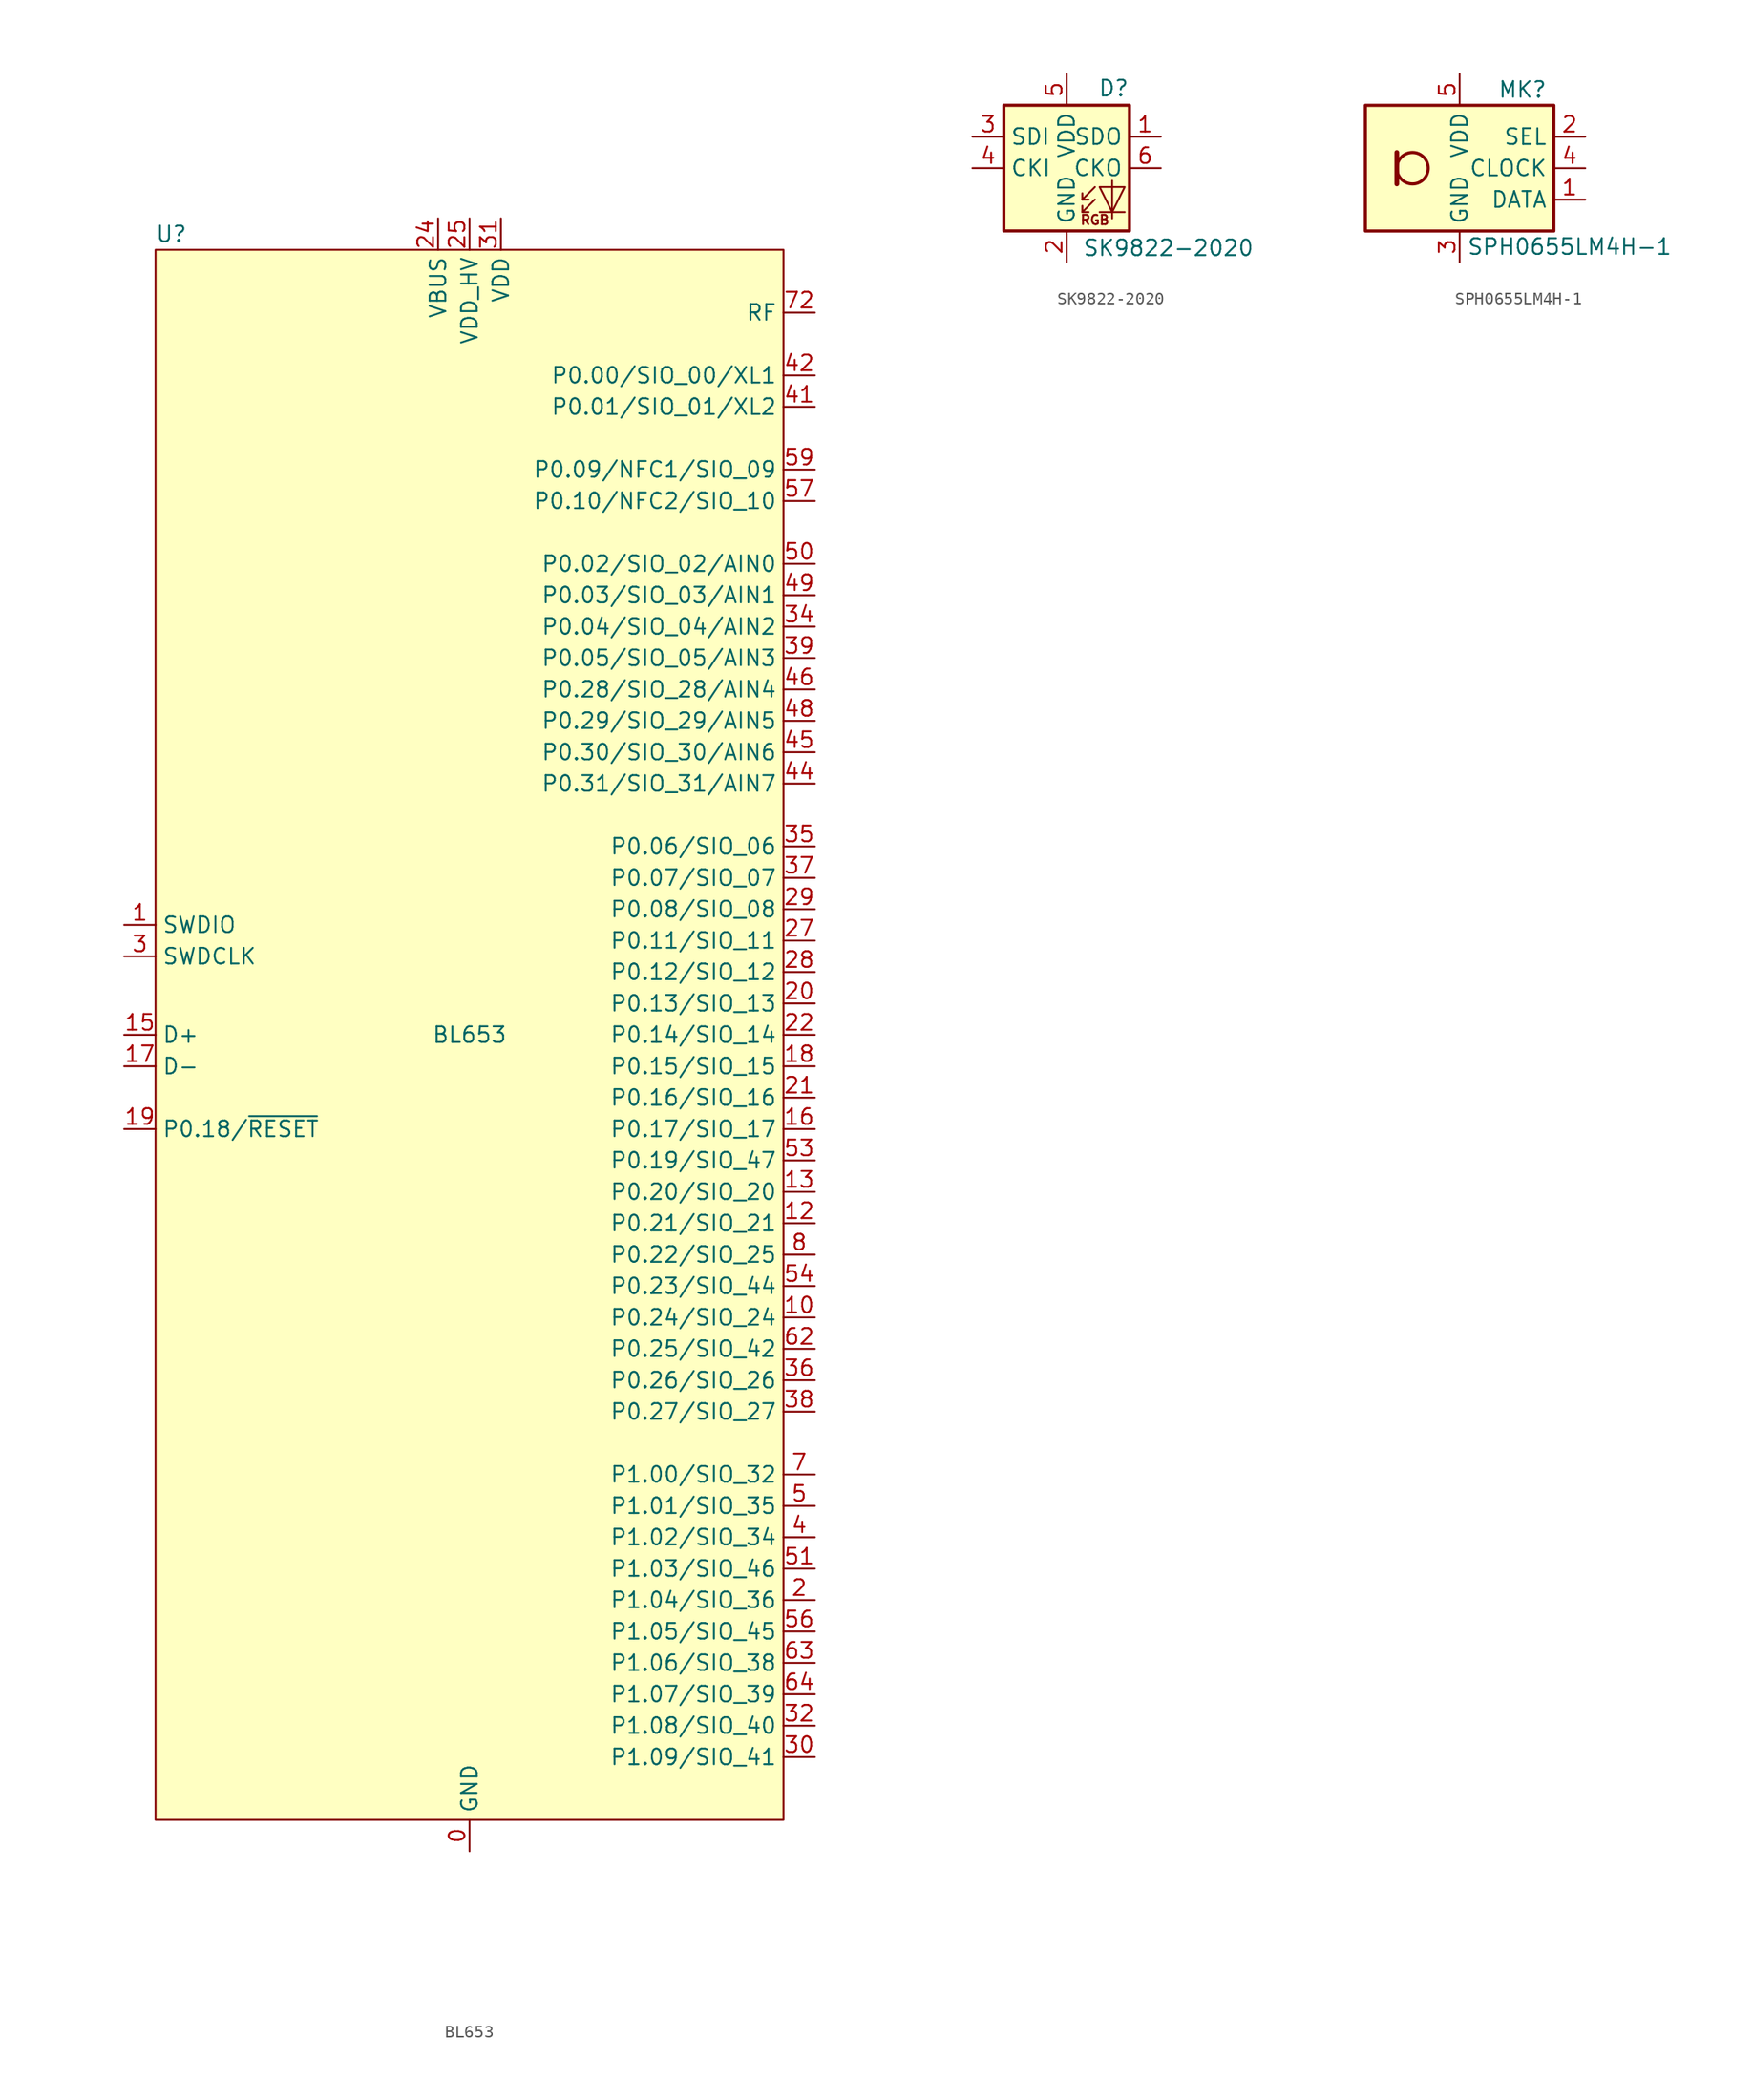
<source format=kicad_sym>
(kicad_symbol_lib
  (version 20211014)
  (generator kicad_symbol_editor)
  (symbol "BL653"
    (property "Reference" "U"
      (at -24.13 64.77 0)
      (effects (font (size 1.27 1.27))))
    (property "Value" "BL653"
      (at 0 0 0)
      (effects (font (size 1.27 1.27))))
    (symbol "BL653_0_1"
      (rectangle (start -25.4 63.5) (end 25.4 -63.5) (stroke (width 0) (type default) (color 0 0 0 0)) (fill (type background))))
    (symbol "BL653_1_1"
      (pin power_in line (at 0 -66.04 90) (length 2.54) (name "GND" (effects (font (size 1.27 1.27)))) (number "0" (effects (font (size 1.27 1.27)))))
      (pin bidirectional line (at -27.94 8.89 0) (length 2.54) (name "SWDIO" (effects (font (size 1.27 1.27)))) (number "1" (effects (font (size 1.27 1.27)))))
      (pin bidirectional line (at 27.94 -22.86 180) (length 2.54) (name "P0.24/SIO_24" (effects (font (size 1.27 1.27)))) (number "10" (effects (font (size 1.27 1.27)))))
      (pin bidirectional line (at 27.94 -15.24 180) (length 2.54) (name "P0.21/SIO_21" (effects (font (size 1.27 1.27)))) (number "12" (effects (font (size 1.27 1.27)))))
      (pin bidirectional line (at 27.94 -12.7 180) (length 2.54) (name "P0.20/SIO_20" (effects (font (size 1.27 1.27)))) (number "13" (effects (font (size 1.27 1.27)))))
      (pin bidirectional line (at -27.94 0 0) (length 2.54) (name "D+" (effects (font (size 1.27 1.27)))) (number "15" (effects (font (size 1.27 1.27)))))
      (pin bidirectional line (at 27.94 -7.62 180) (length 2.54) (name "P0.17/SIO_17" (effects (font (size 1.27 1.27)))) (number "16" (effects (font (size 1.27 1.27)))))
      (pin bidirectional line (at -27.94 -2.54 0) (length 2.54) (name "D-" (effects (font (size 1.27 1.27)))) (number "17" (effects (font (size 1.27 1.27)))))
      (pin bidirectional line (at 27.94 -2.54 180) (length 2.54) (name "P0.15/SIO_15" (effects (font (size 1.27 1.27)))) (number "18" (effects (font (size 1.27 1.27)))))
      (pin bidirectional line (at -27.94 -7.62 0) (length 2.54) (name "P0.18/~{RESET}" (effects (font (size 1.27 1.27)))) (number "19" (effects (font (size 1.27 1.27)))))
      (pin bidirectional line (at 27.94 -45.72 180) (length 2.54) (name "P1.04/SIO_36" (effects (font (size 1.27 1.27)))) (number "2" (effects (font (size 1.27 1.27)))))
      (pin bidirectional line (at 27.94 2.54 180) (length 2.54) (name "P0.13/SIO_13" (effects (font (size 1.27 1.27)))) (number "20" (effects (font (size 1.27 1.27)))))
      (pin bidirectional line (at 27.94 -5.08 180) (length 2.54) (name "P0.16/SIO_16" (effects (font (size 1.27 1.27)))) (number "21" (effects (font (size 1.27 1.27)))))
      (pin bidirectional line (at 27.94 0 180) (length 2.54) (name "P0.14/SIO_14" (effects (font (size 1.27 1.27)))) (number "22" (effects (font (size 1.27 1.27)))))
      (pin power_in line (at 0 -66.04 90) (length 2.54) hide (name "GND" (effects (font (size 1.27 1.27)))) (number "23" (effects (font (size 1.27 1.27)))))
      (pin power_in line (at -2.54 66.04 270) (length 2.54) (name "VBUS" (effects (font (size 1.27 1.27)))) (number "24" (effects (font (size 1.27 1.27)))))
      (pin power_in line (at 0 66.04 270) (length 2.54) (name "VDD_HV" (effects (font (size 1.27 1.27)))) (number "25" (effects (font (size 1.27 1.27)))))
      (pin power_in line (at 0 -66.04 90) (length 2.54) hide (name "GND" (effects (font (size 1.27 1.27)))) (number "26" (effects (font (size 1.27 1.27)))))
      (pin bidirectional line (at 27.94 7.62 180) (length 2.54) (name "P0.11/SIO_11" (effects (font (size 1.27 1.27)))) (number "27" (effects (font (size 1.27 1.27)))))
      (pin bidirectional line (at 27.94 5.08 180) (length 2.54) (name "P0.12/SIO_12" (effects (font (size 1.27 1.27)))) (number "28" (effects (font (size 1.27 1.27)))))
      (pin bidirectional line (at 27.94 10.16 180) (length 2.54) (name "P0.08/SIO_08" (effects (font (size 1.27 1.27)))) (number "29" (effects (font (size 1.27 1.27)))))
      (pin input line (at -27.94 6.35 0) (length 2.54) (name "SWDCLK" (effects (font (size 1.27 1.27)))) (number "3" (effects (font (size 1.27 1.27)))))
      (pin bidirectional line (at 27.94 -58.42 180) (length 2.54) (name "P1.09/SIO_41" (effects (font (size 1.27 1.27)))) (number "30" (effects (font (size 1.27 1.27)))))
      (pin power_in line (at 2.54 66.04 270) (length 2.54) (name "VDD" (effects (font (size 1.27 1.27)))) (number "31" (effects (font (size 1.27 1.27)))))
      (pin bidirectional line (at 27.94 -55.88 180) (length 2.54) (name "P1.08/SIO_40" (effects (font (size 1.27 1.27)))) (number "32" (effects (font (size 1.27 1.27)))))
      (pin power_in line (at 0 -66.04 90) (length 2.54) hide (name "GND" (effects (font (size 1.27 1.27)))) (number "33" (effects (font (size 1.27 1.27)))))
      (pin bidirectional line (at 27.94 33.02 180) (length 2.54) (name "P0.04/SIO_04/AIN2" (effects (font (size 1.27 1.27)))) (number "34" (effects (font (size 1.27 1.27)))))
      (pin bidirectional line (at 27.94 15.24 180) (length 2.54) (name "P0.06/SIO_06" (effects (font (size 1.27 1.27)))) (number "35" (effects (font (size 1.27 1.27)))))
      (pin bidirectional line (at 27.94 -27.94 180) (length 2.54) (name "P0.26/SIO_26" (effects (font (size 1.27 1.27)))) (number "36" (effects (font (size 1.27 1.27)))))
      (pin bidirectional line (at 27.94 12.7 180) (length 2.54) (name "P0.07/SIO_07" (effects (font (size 1.27 1.27)))) (number "37" (effects (font (size 1.27 1.27)))))
      (pin bidirectional line (at 27.94 -30.48 180) (length 2.54) (name "P0.27/SIO_27" (effects (font (size 1.27 1.27)))) (number "38" (effects (font (size 1.27 1.27)))))
      (pin bidirectional line (at 27.94 30.48 180) (length 2.54) (name "P0.05/SIO_05/AIN3" (effects (font (size 1.27 1.27)))) (number "39" (effects (font (size 1.27 1.27)))))
      (pin bidirectional line (at 27.94 -40.64 180) (length 2.54) (name "P1.02/SIO_34" (effects (font (size 1.27 1.27)))) (number "4" (effects (font (size 1.27 1.27)))))
      (pin power_in line (at 0 -66.04 90) (length 2.54) hide (name "GND" (effects (font (size 1.27 1.27)))) (number "40" (effects (font (size 1.27 1.27)))))
      (pin bidirectional line (at 27.94 50.8 180) (length 2.54) (name "P0.01/SIO_01/XL2" (effects (font (size 1.27 1.27)))) (number "41" (effects (font (size 1.27 1.27)))))
      (pin bidirectional line (at 27.94 53.34 180) (length 2.54) (name "P0.00/SIO_00/XL1" (effects (font (size 1.27 1.27)))) (number "42" (effects (font (size 1.27 1.27)))))
      (pin power_in line (at 0 -66.04 90) (length 2.54) hide (name "GND" (effects (font (size 1.27 1.27)))) (number "43" (effects (font (size 1.27 1.27)))))
      (pin bidirectional line (at 27.94 20.32 180) (length 2.54) (name "P0.31/SIO_31/AIN7" (effects (font (size 1.27 1.27)))) (number "44" (effects (font (size 1.27 1.27)))))
      (pin bidirectional line (at 27.94 22.86 180) (length 2.54) (name "P0.30/SIO_30/AIN6" (effects (font (size 1.27 1.27)))) (number "45" (effects (font (size 1.27 1.27)))))
      (pin bidirectional line (at 27.94 27.94 180) (length 2.54) (name "P0.28/SIO_28/AIN4" (effects (font (size 1.27 1.27)))) (number "46" (effects (font (size 1.27 1.27)))))
      (pin power_in line (at 0 -66.04 90) (length 2.54) hide (name "GND" (effects (font (size 1.27 1.27)))) (number "47" (effects (font (size 1.27 1.27)))))
      (pin bidirectional line (at 27.94 25.4 180) (length 2.54) (name "P0.29/SIO_29/AIN5" (effects (font (size 1.27 1.27)))) (number "48" (effects (font (size 1.27 1.27)))))
      (pin bidirectional line (at 27.94 35.56 180) (length 2.54) (name "P0.03/SIO_03/AIN1" (effects (font (size 1.27 1.27)))) (number "49" (effects (font (size 1.27 1.27)))))
      (pin bidirectional line (at 27.94 -38.1 180) (length 2.54) (name "P1.01/SIO_35" (effects (font (size 1.27 1.27)))) (number "5" (effects (font (size 1.27 1.27)))))
      (pin bidirectional line (at 27.94 38.1 180) (length 2.54) (name "P0.02/SIO_02/AIN0" (effects (font (size 1.27 1.27)))) (number "50" (effects (font (size 1.27 1.27)))))
      (pin bidirectional line (at 27.94 -43.18 180) (length 2.54) (name "P1.03/SIO_46" (effects (font (size 1.27 1.27)))) (number "51" (effects (font (size 1.27 1.27)))))
      (pin power_in line (at 0 -66.04 90) (length 2.54) hide (name "GND" (effects (font (size 1.27 1.27)))) (number "52" (effects (font (size 1.27 1.27)))))
      (pin bidirectional line (at 27.94 -10.16 180) (length 2.54) (name "P0.19/SIO_47" (effects (font (size 1.27 1.27)))) (number "53" (effects (font (size 1.27 1.27)))))
      (pin bidirectional line (at 27.94 -20.32 180) (length 2.54) (name "P0.23/SIO_44" (effects (font (size 1.27 1.27)))) (number "54" (effects (font (size 1.27 1.27)))))
      (pin power_in line (at 0 -66.04 90) (length 2.54) hide (name "GND" (effects (font (size 1.27 1.27)))) (number "55" (effects (font (size 1.27 1.27)))))
      (pin bidirectional line (at 27.94 -48.26 180) (length 2.54) (name "P1.05/SIO_45" (effects (font (size 1.27 1.27)))) (number "56" (effects (font (size 1.27 1.27)))))
      (pin bidirectional line (at 27.94 43.18 180) (length 2.54) (name "P0.10/NFC2/SIO_10" (effects (font (size 1.27 1.27)))) (number "57" (effects (font (size 1.27 1.27)))))
      (pin power_in line (at 0 -66.04 90) (length 2.54) hide (name "GND" (effects (font (size 1.27 1.27)))) (number "58" (effects (font (size 1.27 1.27)))))
      (pin bidirectional line (at 27.94 45.72 180) (length 2.54) (name "P0.09/NFC1/SIO_09" (effects (font (size 1.27 1.27)))) (number "59" (effects (font (size 1.27 1.27)))))
      (pin bidirectional line (at 27.94 -25.4 180) (length 2.54) (name "P0.25/SIO_42" (effects (font (size 1.27 1.27)))) (number "62" (effects (font (size 1.27 1.27)))))
      (pin bidirectional line (at 27.94 -50.8 180) (length 2.54) (name "P1.06/SIO_38" (effects (font (size 1.27 1.27)))) (number "63" (effects (font (size 1.27 1.27)))))
      (pin bidirectional line (at 27.94 -53.34 180) (length 2.54) (name "P1.07/SIO_39" (effects (font (size 1.27 1.27)))) (number "64" (effects (font (size 1.27 1.27)))))
      (pin power_in line (at 0 -66.04 90) (length 2.54) hide (name "GND" (effects (font (size 1.27 1.27)))) (number "65" (effects (font (size 1.27 1.27)))))
      (pin power_in line (at 0 -66.04 90) (length 2.54) hide (name "GND" (effects (font (size 1.27 1.27)))) (number "66" (effects (font (size 1.27 1.27)))))
      (pin power_in line (at 0 -66.04 90) (length 2.54) hide (name "GND" (effects (font (size 1.27 1.27)))) (number "67" (effects (font (size 1.27 1.27)))))
      (pin power_in line (at 0 -66.04 90) (length 2.54) hide (name "GND" (effects (font (size 1.27 1.27)))) (number "68" (effects (font (size 1.27 1.27)))))
      (pin power_in line (at 0 -66.04 90) (length 2.54) hide (name "GND" (effects (font (size 1.27 1.27)))) (number "69" (effects (font (size 1.27 1.27)))))
      (pin bidirectional line (at 27.94 -35.56 180) (length 2.54) (name "P1.00/SIO_32" (effects (font (size 1.27 1.27)))) (number "7" (effects (font (size 1.27 1.27)))))
      (pin power_in line (at 0 -66.04 90) (length 2.54) hide (name "GND" (effects (font (size 1.27 1.27)))) (number "70" (effects (font (size 1.27 1.27)))))
      (pin power_in line (at 0 -66.04 90) (length 2.54) hide (name "GND" (effects (font (size 1.27 1.27)))) (number "71" (effects (font (size 1.27 1.27)))))
      (pin bidirectional line (at 27.94 58.42 180) (length 2.54) (name "RF" (effects (font (size 1.27 1.27)))) (number "72" (effects (font (size 1.27 1.27)))))
      (pin bidirectional line (at 27.94 -17.78 180) (length 2.54) (name "P0.22/SIO_25" (effects (font (size 1.27 1.27)))) (number "8" (effects (font (size 1.27 1.27)))))))
  (symbol "SK9822-2020"
    (property "Reference" "D"
      (at 5.08 5.715 0)
      (effects (font (size 1.27 1.27)) (justify right bottom)))
    (property "Value" "SK9822-2020"
      (at 1.27 -5.715 0)
      (effects (font (size 1.27 1.27)) (justify left top)))
    (symbol "SK9822-2020_0_0"
      (text "RGB" (at 2.286 -4.191 0) (effects (font (size 0.762 0.762)))))
    (symbol "SK9822-2020_0_1"
      (polyline (pts (xy 1.27 -3.556) (xy 1.778 -3.556)) (stroke (width 0) (type default) (color 0 0 0 0)) (fill (type none)))
      (polyline (pts (xy 1.27 -2.54) (xy 1.778 -2.54)) (stroke (width 0) (type default) (color 0 0 0 0)) (fill (type none)))
      (polyline (pts (xy 4.699 -3.556) (xy 2.667 -3.556)) (stroke (width 0) (type default) (color 0 0 0 0)) (fill (type none)))
      (polyline (pts (xy 2.286 -2.54) (xy 1.27 -3.556) (xy 1.27 -3.048)) (stroke (width 0) (type default) (color 0 0 0 0)) (fill (type none)))
      (polyline (pts (xy 2.286 -1.524) (xy 1.27 -2.54) (xy 1.27 -2.032)) (stroke (width 0) (type default) (color 0 0 0 0)) (fill (type none)))
      (polyline (pts (xy 3.683 -1.016) (xy 3.683 -3.556) (xy 3.683 -4.064)) (stroke (width 0) (type default) (color 0 0 0 0)) (fill (type none)))
      (polyline (pts (xy 4.699 -1.524) (xy 2.667 -1.524) (xy 3.683 -3.556) (xy 4.699 -1.524)) (stroke (width 0) (type default) (color 0 0 0 0)) (fill (type none)))
      (rectangle (start 5.08 5.08) (end -5.08 -5.08) (stroke (width 0.254) (type default) (color 0 0 0 0)) (fill (type background))))
    (symbol "SK9822-2020_1_1"
      (pin output line (at 7.62 2.54 180) (length 2.54) (name "SDO" (effects (font (size 1.27 1.27)))) (number "1" (effects (font (size 1.27 1.27)))))
      (pin power_in line (at 0 -7.62 90) (length 2.54) (name "GND" (effects (font (size 1.27 1.27)))) (number "2" (effects (font (size 1.27 1.27)))))
      (pin input line (at -7.62 2.54 0) (length 2.54) (name "SDI" (effects (font (size 1.27 1.27)))) (number "3" (effects (font (size 1.27 1.27)))))
      (pin input line (at -7.62 0 0) (length 2.54) (name "CKI" (effects (font (size 1.27 1.27)))) (number "4" (effects (font (size 1.27 1.27)))))
      (pin power_in line (at 0 7.62 270) (length 2.54) (name "VDD" (effects (font (size 1.27 1.27)))) (number "5" (effects (font (size 1.27 1.27)))))
      (pin output line (at 7.62 0 180) (length 2.54) (name "CKO" (effects (font (size 1.27 1.27)))) (number "6" (effects (font (size 1.27 1.27)))))))
  (symbol "SPH0655LM4H-1"
    (property "Reference" "MK"
      (at 5.08 6.35 0)
      (effects (font (size 1.27 1.27))))
    (property "Value" "SPH0655LM4H-1"
      (at 8.89 -6.35 0)
      (effects (font (size 1.27 1.27))))
    (symbol "SPH0655LM4H-1_1_1"
      (rectangle (start -7.62 5.08) (end 7.62 -5.08) (stroke (width 0.254) (type default) (color 0 0 0 0)) (fill (type background)))
      (circle (center -3.81 0) (radius 1.27) (stroke (width 0.254) (type default) (color 0 0 0 0)) (fill (type none)))
      (polyline (pts (xy -5.08 1.27) (xy -5.08 -1.27)) (stroke (width 0.381) (type default) (color 0 0 0 0)) (fill (type none)))
      (pin output line (at 10.16 -2.54 180) (length 2.54) (name "DATA" (effects (font (size 1.27 1.27)))) (number "1" (effects (font (size 1.27 1.27)))))
      (pin input line (at 10.16 2.54 180) (length 2.54) (name "SEL" (effects (font (size 1.27 1.27)))) (number "2" (effects (font (size 1.27 1.27)))))
      (pin power_in line (at 0 -7.62 90) (length 2.54) (name "GND" (effects (font (size 1.27 1.27)))) (number "3" (effects (font (size 1.27 1.27)))))
      (pin input line (at 10.16 0 180) (length 2.54) (name "CLOCK" (effects (font (size 1.27 1.27)))) (number "4" (effects (font (size 1.27 1.27)))))
      (pin power_in line (at 0 7.62 270) (length 2.54) (name "VDD" (effects (font (size 1.27 1.27)))) (number "5" (effects (font (size 1.27 1.27))))))))
</source>
